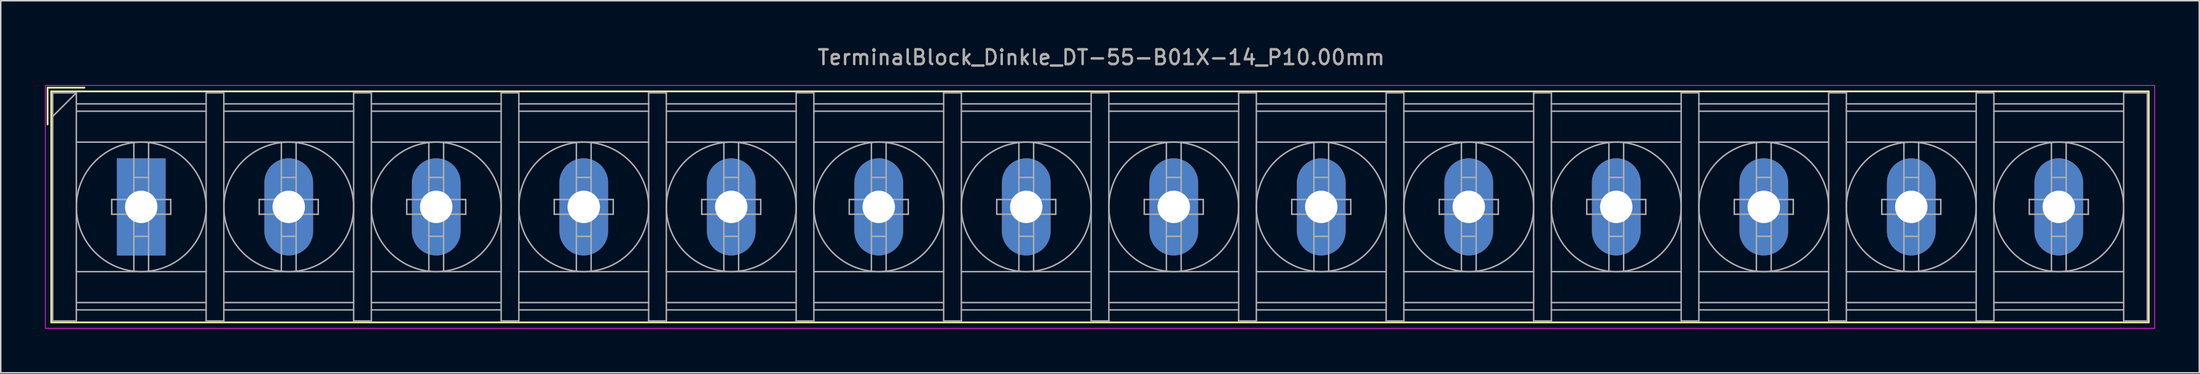
<source format=kicad_pcb>
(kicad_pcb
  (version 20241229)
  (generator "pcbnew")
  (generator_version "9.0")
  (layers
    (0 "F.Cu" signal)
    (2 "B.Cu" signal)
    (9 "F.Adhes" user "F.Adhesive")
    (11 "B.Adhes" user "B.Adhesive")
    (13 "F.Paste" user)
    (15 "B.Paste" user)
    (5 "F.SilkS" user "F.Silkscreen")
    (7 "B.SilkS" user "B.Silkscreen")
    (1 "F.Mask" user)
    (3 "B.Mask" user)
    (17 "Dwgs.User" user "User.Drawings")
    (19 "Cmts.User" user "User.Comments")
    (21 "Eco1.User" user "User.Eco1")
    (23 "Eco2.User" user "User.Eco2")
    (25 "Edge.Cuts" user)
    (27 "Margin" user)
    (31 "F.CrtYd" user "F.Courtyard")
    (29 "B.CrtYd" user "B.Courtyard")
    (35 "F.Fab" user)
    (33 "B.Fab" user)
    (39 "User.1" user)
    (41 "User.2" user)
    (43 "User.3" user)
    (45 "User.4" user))
  (footprint "TerminalBlock_Dinkle_DT-55-B01X-14_P10.00mm"
    (layer "F.Cu")
    (at 6.525 11.008)
    (property "Reference" "TerminalBlock_Dinkle_DT-55-B01X-14_P10.00mm" (at 65.08 -10.16 0) (layer "F.SilkS") (effects (font (size 1 1) (thickness 0.15))))
    (attr through_hole)
    (fp_line (start -6.35 -8.1) (end -3.85 -8.1) (stroke (width 0.12) (type solid)) (layer "F.SilkS"))
    (fp_line (start -6.35 -5.6) (end -6.35 -8.1) (stroke (width 0.12) (type solid)) (layer "F.SilkS"))
    (fp_line (start -6.1 -7.85) (end 136.1 -7.85) (stroke (width 0.12) (type solid)) (layer "F.SilkS"))
    (fp_line (start -6.1 7.85) (end -6.1 -7.85) (stroke (width 0.12) (type solid)) (layer "F.SilkS"))
    (fp_line (start -6.1 7.85) (end 136.1 7.85) (stroke (width 0.12) (type solid)) (layer "F.SilkS"))
    (fp_line (start 136.1 -7.85) (end 136.1 7.85) (stroke (width 0.12) (type solid)) (layer "F.SilkS"))
    (fp_line (start -6.5 -8.25) (end 136.5 -8.25) (stroke (width 0.05) (type solid)) (layer "F.CrtYd"))
    (fp_line (start -6.5 8.25) (end -6.5 -8.25) (stroke (width 0.05) (type solid)) (layer "F.CrtYd"))
    (fp_line (start -6.5 8.25) (end 136.5 8.25) (stroke (width 0.05) (type solid)) (layer "F.CrtYd"))
    (fp_line (start 136.5 -8.25) (end 136.5 8.25) (stroke (width 0.05) (type solid)) (layer "F.CrtYd"))
    (fp_line (start -6 -7.75) (end -6 7.75) (stroke (width 0.1) (type solid)) (layer "F.Fab"))
    (fp_line (start -6 -7.75) (end -4.4 -7.75) (stroke (width 0.1) (type solid)) (layer "F.Fab"))
    (fp_line (start -6 7.75) (end -4.4 7.75) (stroke (width 0.1) (type solid)) (layer "F.Fab"))
    (fp_line (start -4.4 -7.75) (end -6 -6.15) (stroke (width 0.1) (type solid)) (layer "F.Fab"))
    (fp_line (start -4.4 -7.75) (end -4.4 7.75) (stroke (width 0.1) (type solid)) (layer "F.Fab"))
    (fp_line (start -4.4 -7) (end 4.4 -7) (stroke (width 0.1) (type solid)) (layer "F.Fab"))
    (fp_line (start -4.4 -6.5) (end 4.4 -6.5) (stroke (width 0.1) (type solid)) (layer "F.Fab"))
    (fp_line (start -4.4 -4.4) (end 4.4 -4.4) (stroke (width 0.1) (type solid)) (layer "F.Fab"))
    (fp_line (start -4.4 4.4) (end 4.4 4.4) (stroke (width 0.1) (type solid)) (layer "F.Fab"))
    (fp_line (start -4.4 6.5) (end 4.4 6.5) (stroke (width 0.1) (type solid)) (layer "F.Fab"))
    (fp_line (start -4.4 7) (end 4.4 7) (stroke (width 0.1) (type solid)) (layer "F.Fab"))
    (fp_line (start -2 -0.5) (end -2 0.5) (stroke (width 0.1) (type solid)) (layer "F.Fab"))
    (fp_line (start -2 0.5) (end -0.5 0.5) (stroke (width 0.1) (type solid)) (layer "F.Fab"))
    (fp_line (start -0.5 -4.35) (end -0.5 -0.5) (stroke (width 0.1) (type solid)) (layer "F.Fab"))
    (fp_line (start -0.5 -2) (end 0.5 -2) (stroke (width 0.1) (type solid)) (layer "F.Fab"))
    (fp_line (start -0.5 -0.5) (end -2 -0.5) (stroke (width 0.1) (type solid)) (layer "F.Fab"))
    (fp_line (start -0.5 0.5) (end -0.5 4.35) (stroke (width 0.1) (type solid)) (layer "F.Fab"))
    (fp_line (start -0.5 2) (end 0.5 2) (stroke (width 0.1) (type solid)) (layer "F.Fab"))
    (fp_line (start 0.5 -4.35) (end 0.5 -0.5) (stroke (width 0.1) (type solid)) (layer "F.Fab"))
    (fp_line (start 0.5 -0.5) (end 2 -0.5) (stroke (width 0.1) (type solid)) (layer "F.Fab"))
    (fp_line (start 0.5 0.5) (end 0.5 4.35) (stroke (width 0.1) (type solid)) (layer "F.Fab"))
    (fp_line (start 2 -0.5) (end 2 0.5) (stroke (width 0.1) (type solid)) (layer "F.Fab"))
    (fp_line (start 2 0.5) (end 0.5 0.5) (stroke (width 0.1) (type solid)) (layer "F.Fab"))
    (fp_line (start 4.4 -7.75) (end 4.4 7.75) (stroke (width 0.1) (type solid)) (layer "F.Fab"))
    (fp_line (start 4.4 -7.75) (end 5.6 -7.75) (stroke (width 0.1) (type solid)) (layer "F.Fab"))
    (fp_line (start 4.4 7.75) (end 5.6 7.75) (stroke (width 0.1) (type solid)) (layer "F.Fab"))
    (fp_line (start 5.6 -7.75) (end 5.6 7.75) (stroke (width 0.1) (type solid)) (layer "F.Fab"))
    (fp_line (start 5.6 -7) (end 14.4 -7) (stroke (width 0.1) (type solid)) (layer "F.Fab"))
    (fp_line (start 5.6 -6.5) (end 14.4 -6.5) (stroke (width 0.1) (type solid)) (layer "F.Fab"))
    (fp_line (start 5.6 -4.4) (end 14.4 -4.4) (stroke (width 0.1) (type solid)) (layer "F.Fab"))
    (fp_line (start 5.6 4.4) (end 14.4 4.4) (stroke (width 0.1) (type solid)) (layer "F.Fab"))
    (fp_line (start 5.6 6.5) (end 14.4 6.5) (stroke (width 0.1) (type solid)) (layer "F.Fab"))
    (fp_line (start 5.6 7) (end 14.4 7) (stroke (width 0.1) (type solid)) (layer "F.Fab"))
    (fp_line (start 8 -0.5) (end 8 0.5) (stroke (width 0.1) (type solid)) (layer "F.Fab"))
    (fp_line (start 8 0.5) (end 9.5 0.5) (stroke (width 0.1) (type solid)) (layer "F.Fab"))
    (fp_line (start 9.5 -4.35) (end 9.5 -0.5) (stroke (width 0.1) (type solid)) (layer "F.Fab"))
    (fp_line (start 9.5 -2) (end 10.5 -2) (stroke (width 0.1) (type solid)) (layer "F.Fab"))
    (fp_line (start 9.5 -0.5) (end 8 -0.5) (stroke (width 0.1) (type solid)) (layer "F.Fab"))
    (fp_line (start 9.5 0.5) (end 9.5 4.35) (stroke (width 0.1) (type solid)) (layer "F.Fab"))
    (fp_line (start 9.5 2) (end 10.5 2) (stroke (width 0.1) (type solid)) (layer "F.Fab"))
    (fp_line (start 10.5 -4.35) (end 10.5 -0.5) (stroke (width 0.1) (type solid)) (layer "F.Fab"))
    (fp_line (start 10.5 -0.5) (end 12 -0.5) (stroke (width 0.1) (type solid)) (layer "F.Fab"))
    (fp_line (start 10.5 0.5) (end 10.5 4.35) (stroke (width 0.1) (type solid)) (layer "F.Fab"))
    (fp_line (start 12 -0.5) (end 12 0.5) (stroke (width 0.1) (type solid)) (layer "F.Fab"))
    (fp_line (start 12 0.5) (end 10.5 0.5) (stroke (width 0.1) (type solid)) (layer "F.Fab"))
    (fp_line (start 14.4 -7.75) (end 14.4 7.75) (stroke (width 0.1) (type solid)) (layer "F.Fab"))
    (fp_line (start 14.4 -7.75) (end 15.6 -7.75) (stroke (width 0.1) (type solid)) (layer "F.Fab"))
    (fp_line (start 14.4 7.75) (end 15.6 7.75) (stroke (width 0.1) (type solid)) (layer "F.Fab"))
    (fp_line (start 15.6 -7.75) (end 15.6 7.75) (stroke (width 0.1) (type solid)) (layer "F.Fab"))
    (fp_line (start 15.6 -7) (end 24.4 -7) (stroke (width 0.1) (type solid)) (layer "F.Fab"))
    (fp_line (start 15.6 -6.5) (end 24.4 -6.5) (stroke (width 0.1) (type solid)) (layer "F.Fab"))
    (fp_line (start 15.6 -4.4) (end 24.4 -4.4) (stroke (width 0.1) (type solid)) (layer "F.Fab"))
    (fp_line (start 15.6 4.4) (end 24.4 4.4) (stroke (width 0.1) (type solid)) (layer "F.Fab"))
    (fp_line (start 15.6 6.5) (end 24.4 6.5) (stroke (width 0.1) (type solid)) (layer "F.Fab"))
    (fp_line (start 15.6 7) (end 24.4 7) (stroke (width 0.1) (type solid)) (layer "F.Fab"))
    (fp_line (start 18 -0.5) (end 18 0.5) (stroke (width 0.1) (type solid)) (layer "F.Fab"))
    (fp_line (start 18 0.5) (end 19.5 0.5) (stroke (width 0.1) (type solid)) (layer "F.Fab"))
    (fp_line (start 19.5 -4.35) (end 19.5 -0.5) (stroke (width 0.1) (type solid)) (layer "F.Fab"))
    (fp_line (start 19.5 -2) (end 20.5 -2) (stroke (width 0.1) (type solid)) (layer "F.Fab"))
    (fp_line (start 19.5 -0.5) (end 18 -0.5) (stroke (width 0.1) (type solid)) (layer "F.Fab"))
    (fp_line (start 19.5 0.5) (end 19.5 4.35) (stroke (width 0.1) (type solid)) (layer "F.Fab"))
    (fp_line (start 19.5 2) (end 20.5 2) (stroke (width 0.1) (type solid)) (layer "F.Fab"))
    (fp_line (start 20.5 -4.35) (end 20.5 -0.5) (stroke (width 0.1) (type solid)) (layer "F.Fab"))
    (fp_line (start 20.5 -0.5) (end 22 -0.5) (stroke (width 0.1) (type solid)) (layer "F.Fab"))
    (fp_line (start 20.5 0.5) (end 20.5 4.35) (stroke (width 0.1) (type solid)) (layer "F.Fab"))
    (fp_line (start 22 -0.5) (end 22 0.5) (stroke (width 0.1) (type solid)) (layer "F.Fab"))
    (fp_line (start 22 0.5) (end 20.5 0.5) (stroke (width 0.1) (type solid)) (layer "F.Fab"))
    (fp_line (start 24.4 -7.75) (end 24.4 7.75) (stroke (width 0.1) (type solid)) (layer "F.Fab"))
    (fp_line (start 24.4 -7.75) (end 25.6 -7.75) (stroke (width 0.1) (type solid)) (layer "F.Fab"))
    (fp_line (start 24.4 7.75) (end 25.6 7.75) (stroke (width 0.1) (type solid)) (layer "F.Fab"))
    (fp_line (start 25.6 -7.75) (end 25.6 7.75) (stroke (width 0.1) (type solid)) (layer "F.Fab"))
    (fp_line (start 25.6 -7) (end 34.4 -7) (stroke (width 0.1) (type solid)) (layer "F.Fab"))
    (fp_line (start 25.6 -6.5) (end 34.4 -6.5) (stroke (width 0.1) (type solid)) (layer "F.Fab"))
    (fp_line (start 25.6 -4.4) (end 34.4 -4.4) (stroke (width 0.1) (type solid)) (layer "F.Fab"))
    (fp_line (start 25.6 4.4) (end 34.4 4.4) (stroke (width 0.1) (type solid)) (layer "F.Fab"))
    (fp_line (start 25.6 6.5) (end 34.4 6.5) (stroke (width 0.1) (type solid)) (layer "F.Fab"))
    (fp_line (start 25.6 7) (end 34.4 7) (stroke (width 0.1) (type solid)) (layer "F.Fab"))
    (fp_line (start 28 -0.5) (end 28 0.5) (stroke (width 0.1) (type solid)) (layer "F.Fab"))
    (fp_line (start 28 0.5) (end 29.5 0.5) (stroke (width 0.1) (type solid)) (layer "F.Fab"))
    (fp_line (start 29.5 -4.35) (end 29.5 -0.5) (stroke (width 0.1) (type solid)) (layer "F.Fab"))
    (fp_line (start 29.5 -2) (end 30.5 -2) (stroke (width 0.1) (type solid)) (layer "F.Fab"))
    (fp_line (start 29.5 -0.5) (end 28 -0.5) (stroke (width 0.1) (type solid)) (layer "F.Fab"))
    (fp_line (start 29.5 0.5) (end 29.5 4.35) (stroke (width 0.1) (type solid)) (layer "F.Fab"))
    (fp_line (start 29.5 2) (end 30.5 2) (stroke (width 0.1) (type solid)) (layer "F.Fab"))
    (fp_line (start 30.5 -4.35) (end 30.5 -0.5) (stroke (width 0.1) (type solid)) (layer "F.Fab"))
    (fp_line (start 30.5 -0.5) (end 32 -0.5) (stroke (width 0.1) (type solid)) (layer "F.Fab"))
    (fp_line (start 30.5 0.5) (end 30.5 4.35) (stroke (width 0.1) (type solid)) (layer "F.Fab"))
    (fp_line (start 32 -0.5) (end 32 0.5) (stroke (width 0.1) (type solid)) (layer "F.Fab"))
    (fp_line (start 32 0.5) (end 30.5 0.5) (stroke (width 0.1) (type solid)) (layer "F.Fab"))
    (fp_line (start 34.4 -7.75) (end 34.4 7.75) (stroke (width 0.1) (type solid)) (layer "F.Fab"))
    (fp_line (start 34.4 -7.75) (end 35.6 -7.75) (stroke (width 0.1) (type solid)) (layer "F.Fab"))
    (fp_line (start 34.4 7.75) (end 35.6 7.75) (stroke (width 0.1) (type solid)) (layer "F.Fab"))
    (fp_line (start 35.6 -7.75) (end 35.6 7.75) (stroke (width 0.1) (type solid)) (layer "F.Fab"))
    (fp_line (start 35.6 -7) (end 44.4 -7) (stroke (width 0.1) (type solid)) (layer "F.Fab"))
    (fp_line (start 35.6 -6.5) (end 44.4 -6.5) (stroke (width 0.1) (type solid)) (layer "F.Fab"))
    (fp_line (start 35.6 -4.4) (end 44.4 -4.4) (stroke (width 0.1) (type solid)) (layer "F.Fab"))
    (fp_line (start 35.6 4.4) (end 44.4 4.4) (stroke (width 0.1) (type solid)) (layer "F.Fab"))
    (fp_line (start 35.6 6.5) (end 44.4 6.5) (stroke (width 0.1) (type solid)) (layer "F.Fab"))
    (fp_line (start 35.6 7) (end 44.4 7) (stroke (width 0.1) (type solid)) (layer "F.Fab"))
    (fp_line (start 38 -0.5) (end 38 0.5) (stroke (width 0.1) (type solid)) (layer "F.Fab"))
    (fp_line (start 38 0.5) (end 39.5 0.5) (stroke (width 0.1) (type solid)) (layer "F.Fab"))
    (fp_line (start 39.5 -4.35) (end 39.5 -0.5) (stroke (width 0.1) (type solid)) (layer "F.Fab"))
    (fp_line (start 39.5 -2) (end 40.5 -2) (stroke (width 0.1) (type solid)) (layer "F.Fab"))
    (fp_line (start 39.5 -0.5) (end 38 -0.5) (stroke (width 0.1) (type solid)) (layer "F.Fab"))
    (fp_line (start 39.5 0.5) (end 39.5 4.35) (stroke (width 0.1) (type solid)) (layer "F.Fab"))
    (fp_line (start 39.5 2) (end 40.5 2) (stroke (width 0.1) (type solid)) (layer "F.Fab"))
    (fp_line (start 40.5 -4.35) (end 40.5 -0.5) (stroke (width 0.1) (type solid)) (layer "F.Fab"))
    (fp_line (start 40.5 -0.5) (end 42 -0.5) (stroke (width 0.1) (type solid)) (layer "F.Fab"))
    (fp_line (start 40.5 0.5) (end 40.5 4.35) (stroke (width 0.1) (type solid)) (layer "F.Fab"))
    (fp_line (start 42 -0.5) (end 42 0.5) (stroke (width 0.1) (type solid)) (layer "F.Fab"))
    (fp_line (start 42 0.5) (end 40.5 0.5) (stroke (width 0.1) (type solid)) (layer "F.Fab"))
    (fp_line (start 44.4 -7.75) (end 44.4 7.75) (stroke (width 0.1) (type solid)) (layer "F.Fab"))
    (fp_line (start 44.4 -7.75) (end 45.6 -7.75) (stroke (width 0.1) (type solid)) (layer "F.Fab"))
    (fp_line (start 44.4 7.75) (end 45.6 7.75) (stroke (width 0.1) (type solid)) (layer "F.Fab"))
    (fp_line (start 45.6 -7.75) (end 45.6 7.75) (stroke (width 0.1) (type solid)) (layer "F.Fab"))
    (fp_line (start 45.6 -7) (end 54.4 -7) (stroke (width 0.1) (type solid)) (layer "F.Fab"))
    (fp_line (start 45.6 -6.5) (end 54.4 -6.5) (stroke (width 0.1) (type solid)) (layer "F.Fab"))
    (fp_line (start 45.6 -4.4) (end 54.4 -4.4) (stroke (width 0.1) (type solid)) (layer "F.Fab"))
    (fp_line (start 45.6 4.4) (end 54.4 4.4) (stroke (width 0.1) (type solid)) (layer "F.Fab"))
    (fp_line (start 45.6 6.5) (end 54.4 6.5) (stroke (width 0.1) (type solid)) (layer "F.Fab"))
    (fp_line (start 45.6 7) (end 54.4 7) (stroke (width 0.1) (type solid)) (layer "F.Fab"))
    (fp_line (start 48 -0.5) (end 48 0.5) (stroke (width 0.1) (type solid)) (layer "F.Fab"))
    (fp_line (start 48 0.5) (end 49.5 0.5) (stroke (width 0.1) (type solid)) (layer "F.Fab"))
    (fp_line (start 49.5 -4.35) (end 49.5 -0.5) (stroke (width 0.1) (type solid)) (layer "F.Fab"))
    (fp_line (start 49.5 -2) (end 50.5 -2) (stroke (width 0.1) (type solid)) (layer "F.Fab"))
    (fp_line (start 49.5 -0.5) (end 48 -0.5) (stroke (width 0.1) (type solid)) (layer "F.Fab"))
    (fp_line (start 49.5 0.5) (end 49.5 4.35) (stroke (width 0.1) (type solid)) (layer "F.Fab"))
    (fp_line (start 49.5 2) (end 50.5 2) (stroke (width 0.1) (type solid)) (layer "F.Fab"))
    (fp_line (start 50.5 -4.35) (end 50.5 -0.5) (stroke (width 0.1) (type solid)) (layer "F.Fab"))
    (fp_line (start 50.5 -0.5) (end 52 -0.5) (stroke (width 0.1) (type solid)) (layer "F.Fab"))
    (fp_line (start 50.5 0.5) (end 50.5 4.35) (stroke (width 0.1) (type solid)) (layer "F.Fab"))
    (fp_line (start 52 -0.5) (end 52 0.5) (stroke (width 0.1) (type solid)) (layer "F.Fab"))
    (fp_line (start 52 0.5) (end 50.5 0.5) (stroke (width 0.1) (type solid)) (layer "F.Fab"))
    (fp_line (start 54.4 -7.75) (end 54.4 7.75) (stroke (width 0.1) (type solid)) (layer "F.Fab"))
    (fp_line (start 54.4 -7.75) (end 55.6 -7.75) (stroke (width 0.1) (type solid)) (layer "F.Fab"))
    (fp_line (start 54.4 7.75) (end 55.6 7.75) (stroke (width 0.1) (type solid)) (layer "F.Fab"))
    (fp_line (start 55.6 -7.75) (end 55.6 7.75) (stroke (width 0.1) (type solid)) (layer "F.Fab"))
    (fp_line (start 55.6 -7) (end 64.4 -7) (stroke (width 0.1) (type solid)) (layer "F.Fab"))
    (fp_line (start 55.6 -6.5) (end 64.4 -6.5) (stroke (width 0.1) (type solid)) (layer "F.Fab"))
    (fp_line (start 55.6 -4.4) (end 64.4 -4.4) (stroke (width 0.1) (type solid)) (layer "F.Fab"))
    (fp_line (start 55.6 4.4) (end 64.4 4.4) (stroke (width 0.1) (type solid)) (layer "F.Fab"))
    (fp_line (start 55.6 6.5) (end 64.4 6.5) (stroke (width 0.1) (type solid)) (layer "F.Fab"))
    (fp_line (start 55.6 7) (end 64.4 7) (stroke (width 0.1) (type solid)) (layer "F.Fab"))
    (fp_line (start 58 -0.5) (end 58 0.5) (stroke (width 0.1) (type solid)) (layer "F.Fab"))
    (fp_line (start 58 0.5) (end 59.5 0.5) (stroke (width 0.1) (type solid)) (layer "F.Fab"))
    (fp_line (start 59.5 -4.35) (end 59.5 -0.5) (stroke (width 0.1) (type solid)) (layer "F.Fab"))
    (fp_line (start 59.5 -2) (end 60.5 -2) (stroke (width 0.1) (type solid)) (layer "F.Fab"))
    (fp_line (start 59.5 -0.5) (end 58 -0.5) (stroke (width 0.1) (type solid)) (layer "F.Fab"))
    (fp_line (start 59.5 0.5) (end 59.5 4.35) (stroke (width 0.1) (type solid)) (layer "F.Fab"))
    (fp_line (start 59.5 2) (end 60.5 2) (stroke (width 0.1) (type solid)) (layer "F.Fab"))
    (fp_line (start 60.5 -4.35) (end 60.5 -0.5) (stroke (width 0.1) (type solid)) (layer "F.Fab"))
    (fp_line (start 60.5 -0.5) (end 62 -0.5) (stroke (width 0.1) (type solid)) (layer "F.Fab"))
    (fp_line (start 60.5 0.5) (end 60.5 4.35) (stroke (width 0.1) (type solid)) (layer "F.Fab"))
    (fp_line (start 62 -0.5) (end 62 0.5) (stroke (width 0.1) (type solid)) (layer "F.Fab"))
    (fp_line (start 62 0.5) (end 60.5 0.5) (stroke (width 0.1) (type solid)) (layer "F.Fab"))
    (fp_line (start 64.4 -7.75) (end 64.4 7.75) (stroke (width 0.1) (type solid)) (layer "F.Fab"))
    (fp_line (start 64.4 -7.75) (end 65.6 -7.75) (stroke (width 0.1) (type solid)) (layer "F.Fab"))
    (fp_line (start 64.4 7.75) (end 65.6 7.75) (stroke (width 0.1) (type solid)) (layer "F.Fab"))
    (fp_line (start 65.6 -7.75) (end 65.6 7.75) (stroke (width 0.1) (type solid)) (layer "F.Fab"))
    (fp_line (start 65.6 -7) (end 74.4 -7) (stroke (width 0.1) (type solid)) (layer "F.Fab"))
    (fp_line (start 65.6 -6.5) (end 74.4 -6.5) (stroke (width 0.1) (type solid)) (layer "F.Fab"))
    (fp_line (start 65.6 -4.4) (end 74.4 -4.4) (stroke (width 0.1) (type solid)) (layer "F.Fab"))
    (fp_line (start 65.6 4.4) (end 74.4 4.4) (stroke (width 0.1) (type solid)) (layer "F.Fab"))
    (fp_line (start 65.6 6.5) (end 74.4 6.5) (stroke (width 0.1) (type solid)) (layer "F.Fab"))
    (fp_line (start 65.6 7) (end 74.4 7) (stroke (width 0.1) (type solid)) (layer "F.Fab"))
    (fp_line (start 68 -0.5) (end 68 0.5) (stroke (width 0.1) (type solid)) (layer "F.Fab"))
    (fp_line (start 68 0.5) (end 69.5 0.5) (stroke (width 0.1) (type solid)) (layer "F.Fab"))
    (fp_line (start 69.5 -4.35) (end 69.5 -0.5) (stroke (width 0.1) (type solid)) (layer "F.Fab"))
    (fp_line (start 69.5 -2) (end 70.5 -2) (stroke (width 0.1) (type solid)) (layer "F.Fab"))
    (fp_line (start 69.5 -0.5) (end 68 -0.5) (stroke (width 0.1) (type solid)) (layer "F.Fab"))
    (fp_line (start 69.5 0.5) (end 69.5 4.35) (stroke (width 0.1) (type solid)) (layer "F.Fab"))
    (fp_line (start 69.5 2) (end 70.5 2) (stroke (width 0.1) (type solid)) (layer "F.Fab"))
    (fp_line (start 70.5 -4.35) (end 70.5 -0.5) (stroke (width 0.1) (type solid)) (layer "F.Fab"))
    (fp_line (start 70.5 -0.5) (end 72 -0.5) (stroke (width 0.1) (type solid)) (layer "F.Fab"))
    (fp_line (start 70.5 0.5) (end 70.5 4.35) (stroke (width 0.1) (type solid)) (layer "F.Fab"))
    (fp_line (start 72 -0.5) (end 72 0.5) (stroke (width 0.1) (type solid)) (layer "F.Fab"))
    (fp_line (start 72 0.5) (end 70.5 0.5) (stroke (width 0.1) (type solid)) (layer "F.Fab"))
    (fp_line (start 74.4 -7.75) (end 74.4 7.75) (stroke (width 0.1) (type solid)) (layer "F.Fab"))
    (fp_line (start 74.4 -7.75) (end 75.6 -7.75) (stroke (width 0.1) (type solid)) (layer "F.Fab"))
    (fp_line (start 74.4 7.75) (end 75.6 7.75) (stroke (width 0.1) (type solid)) (layer "F.Fab"))
    (fp_line (start 75.6 -7.75) (end 75.6 7.75) (stroke (width 0.1) (type solid)) (layer "F.Fab"))
    (fp_line (start 75.6 -7) (end 84.4 -7) (stroke (width 0.1) (type solid)) (layer "F.Fab"))
    (fp_line (start 75.6 -6.5) (end 84.4 -6.5) (stroke (width 0.1) (type solid)) (layer "F.Fab"))
    (fp_line (start 75.6 -4.4) (end 84.4 -4.4) (stroke (width 0.1) (type solid)) (layer "F.Fab"))
    (fp_line (start 75.6 4.4) (end 84.4 4.4) (stroke (width 0.1) (type solid)) (layer "F.Fab"))
    (fp_line (start 75.6 6.5) (end 84.4 6.5) (stroke (width 0.1) (type solid)) (layer "F.Fab"))
    (fp_line (start 75.6 7) (end 84.4 7) (stroke (width 0.1) (type solid)) (layer "F.Fab"))
    (fp_line (start 78 -0.5) (end 78 0.5) (stroke (width 0.1) (type solid)) (layer "F.Fab"))
    (fp_line (start 78 0.5) (end 79.5 0.5) (stroke (width 0.1) (type solid)) (layer "F.Fab"))
    (fp_line (start 79.5 -4.35) (end 79.5 -0.5) (stroke (width 0.1) (type solid)) (layer "F.Fab"))
    (fp_line (start 79.5 -2) (end 80.5 -2) (stroke (width 0.1) (type solid)) (layer "F.Fab"))
    (fp_line (start 79.5 -0.5) (end 78 -0.5) (stroke (width 0.1) (type solid)) (layer "F.Fab"))
    (fp_line (start 79.5 0.5) (end 79.5 4.35) (stroke (width 0.1) (type solid)) (layer "F.Fab"))
    (fp_line (start 79.5 2) (end 80.5 2) (stroke (width 0.1) (type solid)) (layer "F.Fab"))
    (fp_line (start 80.5 -4.35) (end 80.5 -0.5) (stroke (width 0.1) (type solid)) (layer "F.Fab"))
    (fp_line (start 80.5 -0.5) (end 82 -0.5) (stroke (width 0.1) (type solid)) (layer "F.Fab"))
    (fp_line (start 80.5 0.5) (end 80.5 4.35) (stroke (width 0.1) (type solid)) (layer "F.Fab"))
    (fp_line (start 82 -0.5) (end 82 0.5) (stroke (width 0.1) (type solid)) (layer "F.Fab"))
    (fp_line (start 82 0.5) (end 80.5 0.5) (stroke (width 0.1) (type solid)) (layer "F.Fab"))
    (fp_line (start 84.4 -7.75) (end 84.4 7.75) (stroke (width 0.1) (type solid)) (layer "F.Fab"))
    (fp_line (start 84.4 -7.75) (end 85.6 -7.75) (stroke (width 0.1) (type solid)) (layer "F.Fab"))
    (fp_line (start 84.4 7.75) (end 85.6 7.75) (stroke (width 0.1) (type solid)) (layer "F.Fab"))
    (fp_line (start 85.6 -7.75) (end 85.6 7.75) (stroke (width 0.1) (type solid)) (layer "F.Fab"))
    (fp_line (start 85.6 -7) (end 94.4 -7) (stroke (width 0.1) (type solid)) (layer "F.Fab"))
    (fp_line (start 85.6 -6.5) (end 94.4 -6.5) (stroke (width 0.1) (type solid)) (layer "F.Fab"))
    (fp_line (start 85.6 -4.4) (end 94.4 -4.4) (stroke (width 0.1) (type solid)) (layer "F.Fab"))
    (fp_line (start 85.6 4.4) (end 94.4 4.4) (stroke (width 0.1) (type solid)) (layer "F.Fab"))
    (fp_line (start 85.6 6.5) (end 94.4 6.5) (stroke (width 0.1) (type solid)) (layer "F.Fab"))
    (fp_line (start 85.6 7) (end 94.4 7) (stroke (width 0.1) (type solid)) (layer "F.Fab"))
    (fp_line (start 88 -0.5) (end 88 0.5) (stroke (width 0.1) (type solid)) (layer "F.Fab"))
    (fp_line (start 88 0.5) (end 89.5 0.5) (stroke (width 0.1) (type solid)) (layer "F.Fab"))
    (fp_line (start 89.5 -4.35) (end 89.5 -0.5) (stroke (width 0.1) (type solid)) (layer "F.Fab"))
    (fp_line (start 89.5 -2) (end 90.5 -2) (stroke (width 0.1) (type solid)) (layer "F.Fab"))
    (fp_line (start 89.5 -0.5) (end 88 -0.5) (stroke (width 0.1) (type solid)) (layer "F.Fab"))
    (fp_line (start 89.5 0.5) (end 89.5 4.35) (stroke (width 0.1) (type solid)) (layer "F.Fab"))
    (fp_line (start 89.5 2) (end 90.5 2) (stroke (width 0.1) (type solid)) (layer "F.Fab"))
    (fp_line (start 90.5 -4.35) (end 90.5 -0.5) (stroke (width 0.1) (type solid)) (layer "F.Fab"))
    (fp_line (start 90.5 -0.5) (end 92 -0.5) (stroke (width 0.1) (type solid)) (layer "F.Fab"))
    (fp_line (start 90.5 0.5) (end 90.5 4.35) (stroke (width 0.1) (type solid)) (layer "F.Fab"))
    (fp_line (start 92 -0.5) (end 92 0.5) (stroke (width 0.1) (type solid)) (layer "F.Fab"))
    (fp_line (start 92 0.5) (end 90.5 0.5) (stroke (width 0.1) (type solid)) (layer "F.Fab"))
    (fp_line (start 94.4 -7.75) (end 94.4 7.75) (stroke (width 0.1) (type solid)) (layer "F.Fab"))
    (fp_line (start 94.4 -7.75) (end 95.6 -7.75) (stroke (width 0.1) (type solid)) (layer "F.Fab"))
    (fp_line (start 94.4 7.75) (end 95.6 7.75) (stroke (width 0.1) (type solid)) (layer "F.Fab"))
    (fp_line (start 95.6 -7.75) (end 95.6 7.75) (stroke (width 0.1) (type solid)) (layer "F.Fab"))
    (fp_line (start 95.6 -7) (end 104.4 -7) (stroke (width 0.1) (type solid)) (layer "F.Fab"))
    (fp_line (start 95.6 -6.5) (end 104.4 -6.5) (stroke (width 0.1) (type solid)) (layer "F.Fab"))
    (fp_line (start 95.6 -4.4) (end 104.4 -4.4) (stroke (width 0.1) (type solid)) (layer "F.Fab"))
    (fp_line (start 95.6 4.4) (end 104.4 4.4) (stroke (width 0.1) (type solid)) (layer "F.Fab"))
    (fp_line (start 95.6 6.5) (end 104.4 6.5) (stroke (width 0.1) (type solid)) (layer "F.Fab"))
    (fp_line (start 95.6 7) (end 104.4 7) (stroke (width 0.1) (type solid)) (layer "F.Fab"))
    (fp_line (start 98 -0.5) (end 98 0.5) (stroke (width 0.1) (type solid)) (layer "F.Fab"))
    (fp_line (start 98 0.5) (end 99.5 0.5) (stroke (width 0.1) (type solid)) (layer "F.Fab"))
    (fp_line (start 99.5 -4.35) (end 99.5 -0.5) (stroke (width 0.1) (type solid)) (layer "F.Fab"))
    (fp_line (start 99.5 -2) (end 100.5 -2) (stroke (width 0.1) (type solid)) (layer "F.Fab"))
    (fp_line (start 99.5 -0.5) (end 98 -0.5) (stroke (width 0.1) (type solid)) (layer "F.Fab"))
    (fp_line (start 99.5 0.5) (end 99.5 4.35) (stroke (width 0.1) (type solid)) (layer "F.Fab"))
    (fp_line (start 99.5 2) (end 100.5 2) (stroke (width 0.1) (type solid)) (layer "F.Fab"))
    (fp_line (start 100.5 -4.35) (end 100.5 -0.5) (stroke (width 0.1) (type solid)) (layer "F.Fab"))
    (fp_line (start 100.5 -0.5) (end 102 -0.5) (stroke (width 0.1) (type solid)) (layer "F.Fab"))
    (fp_line (start 100.5 0.5) (end 100.5 4.35) (stroke (width 0.1) (type solid)) (layer "F.Fab"))
    (fp_line (start 102 -0.5) (end 102 0.5) (stroke (width 0.1) (type solid)) (layer "F.Fab"))
    (fp_line (start 102 0.5) (end 100.5 0.5) (stroke (width 0.1) (type solid)) (layer "F.Fab"))
    (fp_line (start 104.4 -7.75) (end 104.4 7.75) (stroke (width 0.1) (type solid)) (layer "F.Fab"))
    (fp_line (start 104.4 -7.75) (end 105.6 -7.75) (stroke (width 0.1) (type solid)) (layer "F.Fab"))
    (fp_line (start 104.4 7.75) (end 105.6 7.75) (stroke (width 0.1) (type solid)) (layer "F.Fab"))
    (fp_line (start 105.6 -7.75) (end 105.6 7.75) (stroke (width 0.1) (type solid)) (layer "F.Fab"))
    (fp_line (start 105.6 -7) (end 114.4 -7) (stroke (width 0.1) (type solid)) (layer "F.Fab"))
    (fp_line (start 105.6 -6.5) (end 114.4 -6.5) (stroke (width 0.1) (type solid)) (layer "F.Fab"))
    (fp_line (start 105.6 -4.4) (end 114.4 -4.4) (stroke (width 0.1) (type solid)) (layer "F.Fab"))
    (fp_line (start 105.6 4.4) (end 114.4 4.4) (stroke (width 0.1) (type solid)) (layer "F.Fab"))
    (fp_line (start 105.6 6.5) (end 114.4 6.5) (stroke (width 0.1) (type solid)) (layer "F.Fab"))
    (fp_line (start 105.6 7) (end 114.4 7) (stroke (width 0.1) (type solid)) (layer "F.Fab"))
    (fp_line (start 108 -0.5) (end 108 0.5) (stroke (width 0.1) (type solid)) (layer "F.Fab"))
    (fp_line (start 108 0.5) (end 109.5 0.5) (stroke (width 0.1) (type solid)) (layer "F.Fab"))
    (fp_line (start 109.5 -4.35) (end 109.5 -0.5) (stroke (width 0.1) (type solid)) (layer "F.Fab"))
    (fp_line (start 109.5 -2) (end 110.5 -2) (stroke (width 0.1) (type solid)) (layer "F.Fab"))
    (fp_line (start 109.5 -0.5) (end 108 -0.5) (stroke (width 0.1) (type solid)) (layer "F.Fab"))
    (fp_line (start 109.5 0.5) (end 109.5 4.35) (stroke (width 0.1) (type solid)) (layer "F.Fab"))
    (fp_line (start 109.5 2) (end 110.5 2) (stroke (width 0.1) (type solid)) (layer "F.Fab"))
    (fp_line (start 110.5 -4.35) (end 110.5 -0.5) (stroke (width 0.1) (type solid)) (layer "F.Fab"))
    (fp_line (start 110.5 -0.5) (end 112 -0.5) (stroke (width 0.1) (type solid)) (layer "F.Fab"))
    (fp_line (start 110.5 0.5) (end 110.5 4.35) (stroke (width 0.1) (type solid)) (layer "F.Fab"))
    (fp_line (start 112 -0.5) (end 112 0.5) (stroke (width 0.1) (type solid)) (layer "F.Fab"))
    (fp_line (start 112 0.5) (end 110.5 0.5) (stroke (width 0.1) (type solid)) (layer "F.Fab"))
    (fp_line (start 114.4 -7.75) (end 114.4 7.75) (stroke (width 0.1) (type solid)) (layer "F.Fab"))
    (fp_line (start 114.4 -7.75) (end 115.6 -7.75) (stroke (width 0.1) (type solid)) (layer "F.Fab"))
    (fp_line (start 114.4 7.75) (end 115.6 7.75) (stroke (width 0.1) (type solid)) (layer "F.Fab"))
    (fp_line (start 115.6 -7.75) (end 115.6 7.75) (stroke (width 0.1) (type solid)) (layer "F.Fab"))
    (fp_line (start 115.6 -7) (end 124.4 -7) (stroke (width 0.1) (type solid)) (layer "F.Fab"))
    (fp_line (start 115.6 -6.5) (end 124.4 -6.5) (stroke (width 0.1) (type solid)) (layer "F.Fab"))
    (fp_line (start 115.6 -4.4) (end 124.4 -4.4) (stroke (width 0.1) (type solid)) (layer "F.Fab"))
    (fp_line (start 115.6 4.4) (end 124.4 4.4) (stroke (width 0.1) (type solid)) (layer "F.Fab"))
    (fp_line (start 115.6 6.5) (end 124.4 6.5) (stroke (width 0.1) (type solid)) (layer "F.Fab"))
    (fp_line (start 115.6 7) (end 124.4 7) (stroke (width 0.1) (type solid)) (layer "F.Fab"))
    (fp_line (start 118 -0.5) (end 118 0.5) (stroke (width 0.1) (type solid)) (layer "F.Fab"))
    (fp_line (start 118 0.5) (end 119.5 0.5) (stroke (width 0.1) (type solid)) (layer "F.Fab"))
    (fp_line (start 119.5 -4.35) (end 119.5 -0.5) (stroke (width 0.1) (type solid)) (layer "F.Fab"))
    (fp_line (start 119.5 -2) (end 120.5 -2) (stroke (width 0.1) (type solid)) (layer "F.Fab"))
    (fp_line (start 119.5 -0.5) (end 118 -0.5) (stroke (width 0.1) (type solid)) (layer "F.Fab"))
    (fp_line (start 119.5 0.5) (end 119.5 4.35) (stroke (width 0.1) (type solid)) (layer "F.Fab"))
    (fp_line (start 119.5 2) (end 120.5 2) (stroke (width 0.1) (type solid)) (layer "F.Fab"))
    (fp_line (start 120.5 -4.35) (end 120.5 -0.5) (stroke (width 0.1) (type solid)) (layer "F.Fab"))
    (fp_line (start 120.5 -0.5) (end 122 -0.5) (stroke (width 0.1) (type solid)) (layer "F.Fab"))
    (fp_line (start 120.5 0.5) (end 120.5 4.35) (stroke (width 0.1) (type solid)) (layer "F.Fab"))
    (fp_line (start 122 -0.5) (end 122 0.5) (stroke (width 0.1) (type solid)) (layer "F.Fab"))
    (fp_line (start 122 0.5) (end 120.5 0.5) (stroke (width 0.1) (type solid)) (layer "F.Fab"))
    (fp_line (start 124.4 -7.75) (end 124.4 7.75) (stroke (width 0.1) (type solid)) (layer "F.Fab"))
    (fp_line (start 124.4 -7.75) (end 125.6 -7.75) (stroke (width 0.1) (type solid)) (layer "F.Fab"))
    (fp_line (start 124.4 7.75) (end 125.6 7.75) (stroke (width 0.1) (type solid)) (layer "F.Fab"))
    (fp_line (start 125.6 -7.75) (end 125.6 7.75) (stroke (width 0.1) (type solid)) (layer "F.Fab"))
    (fp_line (start 125.6 -7) (end 134.4 -7) (stroke (width 0.1) (type solid)) (layer "F.Fab"))
    (fp_line (start 125.6 -6.5) (end 134.4 -6.5) (stroke (width 0.1) (type solid)) (layer "F.Fab"))
    (fp_line (start 125.6 -4.4) (end 134.4 -4.4) (stroke (width 0.1) (type solid)) (layer "F.Fab"))
    (fp_line (start 125.6 4.4) (end 134.4 4.4) (stroke (width 0.1) (type solid)) (layer "F.Fab"))
    (fp_line (start 125.6 6.5) (end 134.4 6.5) (stroke (width 0.1) (type solid)) (layer "F.Fab"))
    (fp_line (start 125.6 7) (end 134.4 7) (stroke (width 0.1) (type solid)) (layer "F.Fab"))
    (fp_line (start 128 -0.5) (end 128 0.5) (stroke (width 0.1) (type solid)) (layer "F.Fab"))
    (fp_line (start 128 0.5) (end 129.5 0.5) (stroke (width 0.1) (type solid)) (layer "F.Fab"))
    (fp_line (start 129.5 -4.35) (end 129.5 -0.5) (stroke (width 0.1) (type solid)) (layer "F.Fab"))
    (fp_line (start 129.5 -2) (end 130.5 -2) (stroke (width 0.1) (type solid)) (layer "F.Fab"))
    (fp_line (start 129.5 -0.5) (end 128 -0.5) (stroke (width 0.1) (type solid)) (layer "F.Fab"))
    (fp_line (start 129.5 0.5) (end 129.5 4.35) (stroke (width 0.1) (type solid)) (layer "F.Fab"))
    (fp_line (start 129.5 2) (end 130.5 2) (stroke (width 0.1) (type solid)) (layer "F.Fab"))
    (fp_line (start 130.5 -4.35) (end 130.5 -0.5) (stroke (width 0.1) (type solid)) (layer "F.Fab"))
    (fp_line (start 130.5 -0.5) (end 132 -0.5) (stroke (width 0.1) (type solid)) (layer "F.Fab"))
    (fp_line (start 130.5 0.5) (end 130.5 4.35) (stroke (width 0.1) (type solid)) (layer "F.Fab"))
    (fp_line (start 132 -0.5) (end 132 0.5) (stroke (width 0.1) (type solid)) (layer "F.Fab"))
    (fp_line (start 132 0.5) (end 130.5 0.5) (stroke (width 0.1) (type solid)) (layer "F.Fab"))
    (fp_line (start 134.4 -7.75) (end 134.4 7.75) (stroke (width 0.1) (type solid)) (layer "F.Fab"))
    (fp_line (start 134.4 -7.75) (end 136 -7.75) (stroke (width 0.1) (type solid)) (layer "F.Fab"))
    (fp_line (start 134.4 7.75) (end 136 7.75) (stroke (width 0.1) (type solid)) (layer "F.Fab"))
    (fp_line (start 136 -7.75) (end 136 7.75) (stroke (width 0.1) (type solid)) (layer "F.Fab"))
    (fp_circle (center 0 0) (end 0.5 0.5) (stroke (width 0.1) (type solid)) (fill no) (layer "F.Fab"))
    (fp_circle (center 0 0) (end 4.4 0) (stroke (width 0.1) (type solid)) (fill no) (layer "F.Fab"))
    (fp_circle (center 10 0) (end 10.5 0.5) (stroke (width 0.1) (type solid)) (fill no) (layer "F.Fab"))
    (fp_circle (center 10 0) (end 14.4 0) (stroke (width 0.1) (type solid)) (fill no) (layer "F.Fab"))
    (fp_circle (center 20 0) (end 20.5 0.5) (stroke (width 0.1) (type solid)) (fill no) (layer "F.Fab"))
    (fp_circle (center 20 0) (end 24.4 0) (stroke (width 0.1) (type solid)) (fill no) (layer "F.Fab"))
    (fp_circle (center 30 0) (end 30.5 0.5) (stroke (width 0.1) (type solid)) (fill no) (layer "F.Fab"))
    (fp_circle (center 30 0) (end 34.4 0) (stroke (width 0.1) (type solid)) (fill no) (layer "F.Fab"))
    (fp_circle (center 40 0) (end 40.5 0.5) (stroke (width 0.1) (type solid)) (fill no) (layer "F.Fab"))
    (fp_circle (center 40 0) (end 44.4 0) (stroke (width 0.1) (type solid)) (fill no) (layer "F.Fab"))
    (fp_circle (center 50 0) (end 50.5 0.5) (stroke (width 0.1) (type solid)) (fill no) (layer "F.Fab"))
    (fp_circle (center 50 0) (end 54.4 0) (stroke (width 0.1) (type solid)) (fill no) (layer "F.Fab"))
    (fp_circle (center 60 0) (end 60.5 0.5) (stroke (width 0.1) (type solid)) (fill no) (layer "F.Fab"))
    (fp_circle (center 60 0) (end 64.4 0) (stroke (width 0.1) (type solid)) (fill no) (layer "F.Fab"))
    (fp_circle (center 70 0) (end 70.5 0.5) (stroke (width 0.1) (type solid)) (fill no) (layer "F.Fab"))
    (fp_circle (center 70 0) (end 74.4 0) (stroke (width 0.1) (type solid)) (fill no) (layer "F.Fab"))
    (fp_circle (center 80 0) (end 80.5 0.5) (stroke (width 0.1) (type solid)) (fill no) (layer "F.Fab"))
    (fp_circle (center 80 0) (end 84.4 0) (stroke (width 0.1) (type solid)) (fill no) (layer "F.Fab"))
    (fp_circle (center 90 0) (end 90.5 0.5) (stroke (width 0.1) (type solid)) (fill no) (layer "F.Fab"))
    (fp_circle (center 90 0) (end 94.4 0) (stroke (width 0.1) (type solid)) (fill no) (layer "F.Fab"))
    (fp_circle (center 100 0) (end 100.5 0.5) (stroke (width 0.1) (type solid)) (fill no) (layer "F.Fab"))
    (fp_circle (center 100 0) (end 104.4 0) (stroke (width 0.1) (type solid)) (fill no) (layer "F.Fab"))
    (fp_circle (center 110 0) (end 110.5 0.5) (stroke (width 0.1) (type solid)) (fill no) (layer "F.Fab"))
    (fp_circle (center 110 0) (end 114.4 0) (stroke (width 0.1) (type solid)) (fill no) (layer "F.Fab"))
    (fp_circle (center 120 0) (end 120.5 0.5) (stroke (width 0.1) (type solid)) (fill no) (layer "F.Fab"))
    (fp_circle (center 120 0) (end 124.4 0) (stroke (width 0.1) (type solid)) (fill no) (layer "F.Fab"))
    (fp_circle (center 130 0) (end 130.5 0.5) (stroke (width 0.1) (type solid)) (fill no) (layer "F.Fab"))
    (fp_circle (center 130 0) (end 134.4 0) (stroke (width 0.1) (type solid)) (fill no) (layer "F.Fab"))
    (fp_text user "${REFERENCE}" (at 65.08 -10.16 0) (layer "F.Fab") (effects (font (size 1 1) (thickness 0.15))))
    (pad "1" thru_hole rect (at 0 0) (size 3.3 6.6) (drill 2.2) (layers "*.Cu" "*.Mask"))
    (pad "2" thru_hole oval (at 10 0) (size 3.3 6.6) (drill 2.2) (layers "*.Cu" "*.Mask"))
    (pad "3" thru_hole oval (at 20 0) (size 3.3 6.6) (drill 2.2) (layers "*.Cu" "*.Mask"))
    (pad "4" thru_hole oval (at 30 0) (size 3.3 6.6) (drill 2.2) (layers "*.Cu" "*.Mask"))
    (pad "5" thru_hole oval (at 40 0) (size 3.3 6.6) (drill 2.2) (layers "*.Cu" "*.Mask"))
    (pad "6" thru_hole oval (at 50 0) (size 3.3 6.6) (drill 2.2) (layers "*.Cu" "*.Mask"))
    (pad "7" thru_hole oval (at 60 0) (size 3.3 6.6) (drill 2.2) (layers "*.Cu" "*.Mask"))
    (pad "8" thru_hole oval (at 70 0) (size 3.3 6.6) (drill 2.2) (layers "*.Cu" "*.Mask"))
    (pad "9" thru_hole oval (at 80 0) (size 3.3 6.6) (drill 2.2) (layers "*.Cu" "*.Mask"))
    (pad "10" thru_hole oval (at 90 0) (size 3.3 6.6) (drill 2.2) (layers "*.Cu" "*.Mask"))
    (pad "11" thru_hole oval (at 100 0) (size 3.3 6.6) (drill 2.2) (layers "*.Cu" "*.Mask"))
    (pad "12" thru_hole oval (at 110 0) (size 3.3 6.6) (drill 2.2) (layers "*.Cu" "*.Mask"))
    (pad "13" thru_hole oval (at 120 0) (size 3.3 6.6) (drill 2.2) (layers "*.Cu" "*.Mask"))
    (pad "14" thru_hole oval (at 130 0) (size 3.3 6.6) (drill 2.2) (layers "*.Cu" "*.Mask")))
  (gr_rect
    (start -3 -3)
    (end 146.05 22.283)
    (stroke (width 0.1) (type default))
    (fill no)
    (layer "Edge.Cuts")))
</source>
